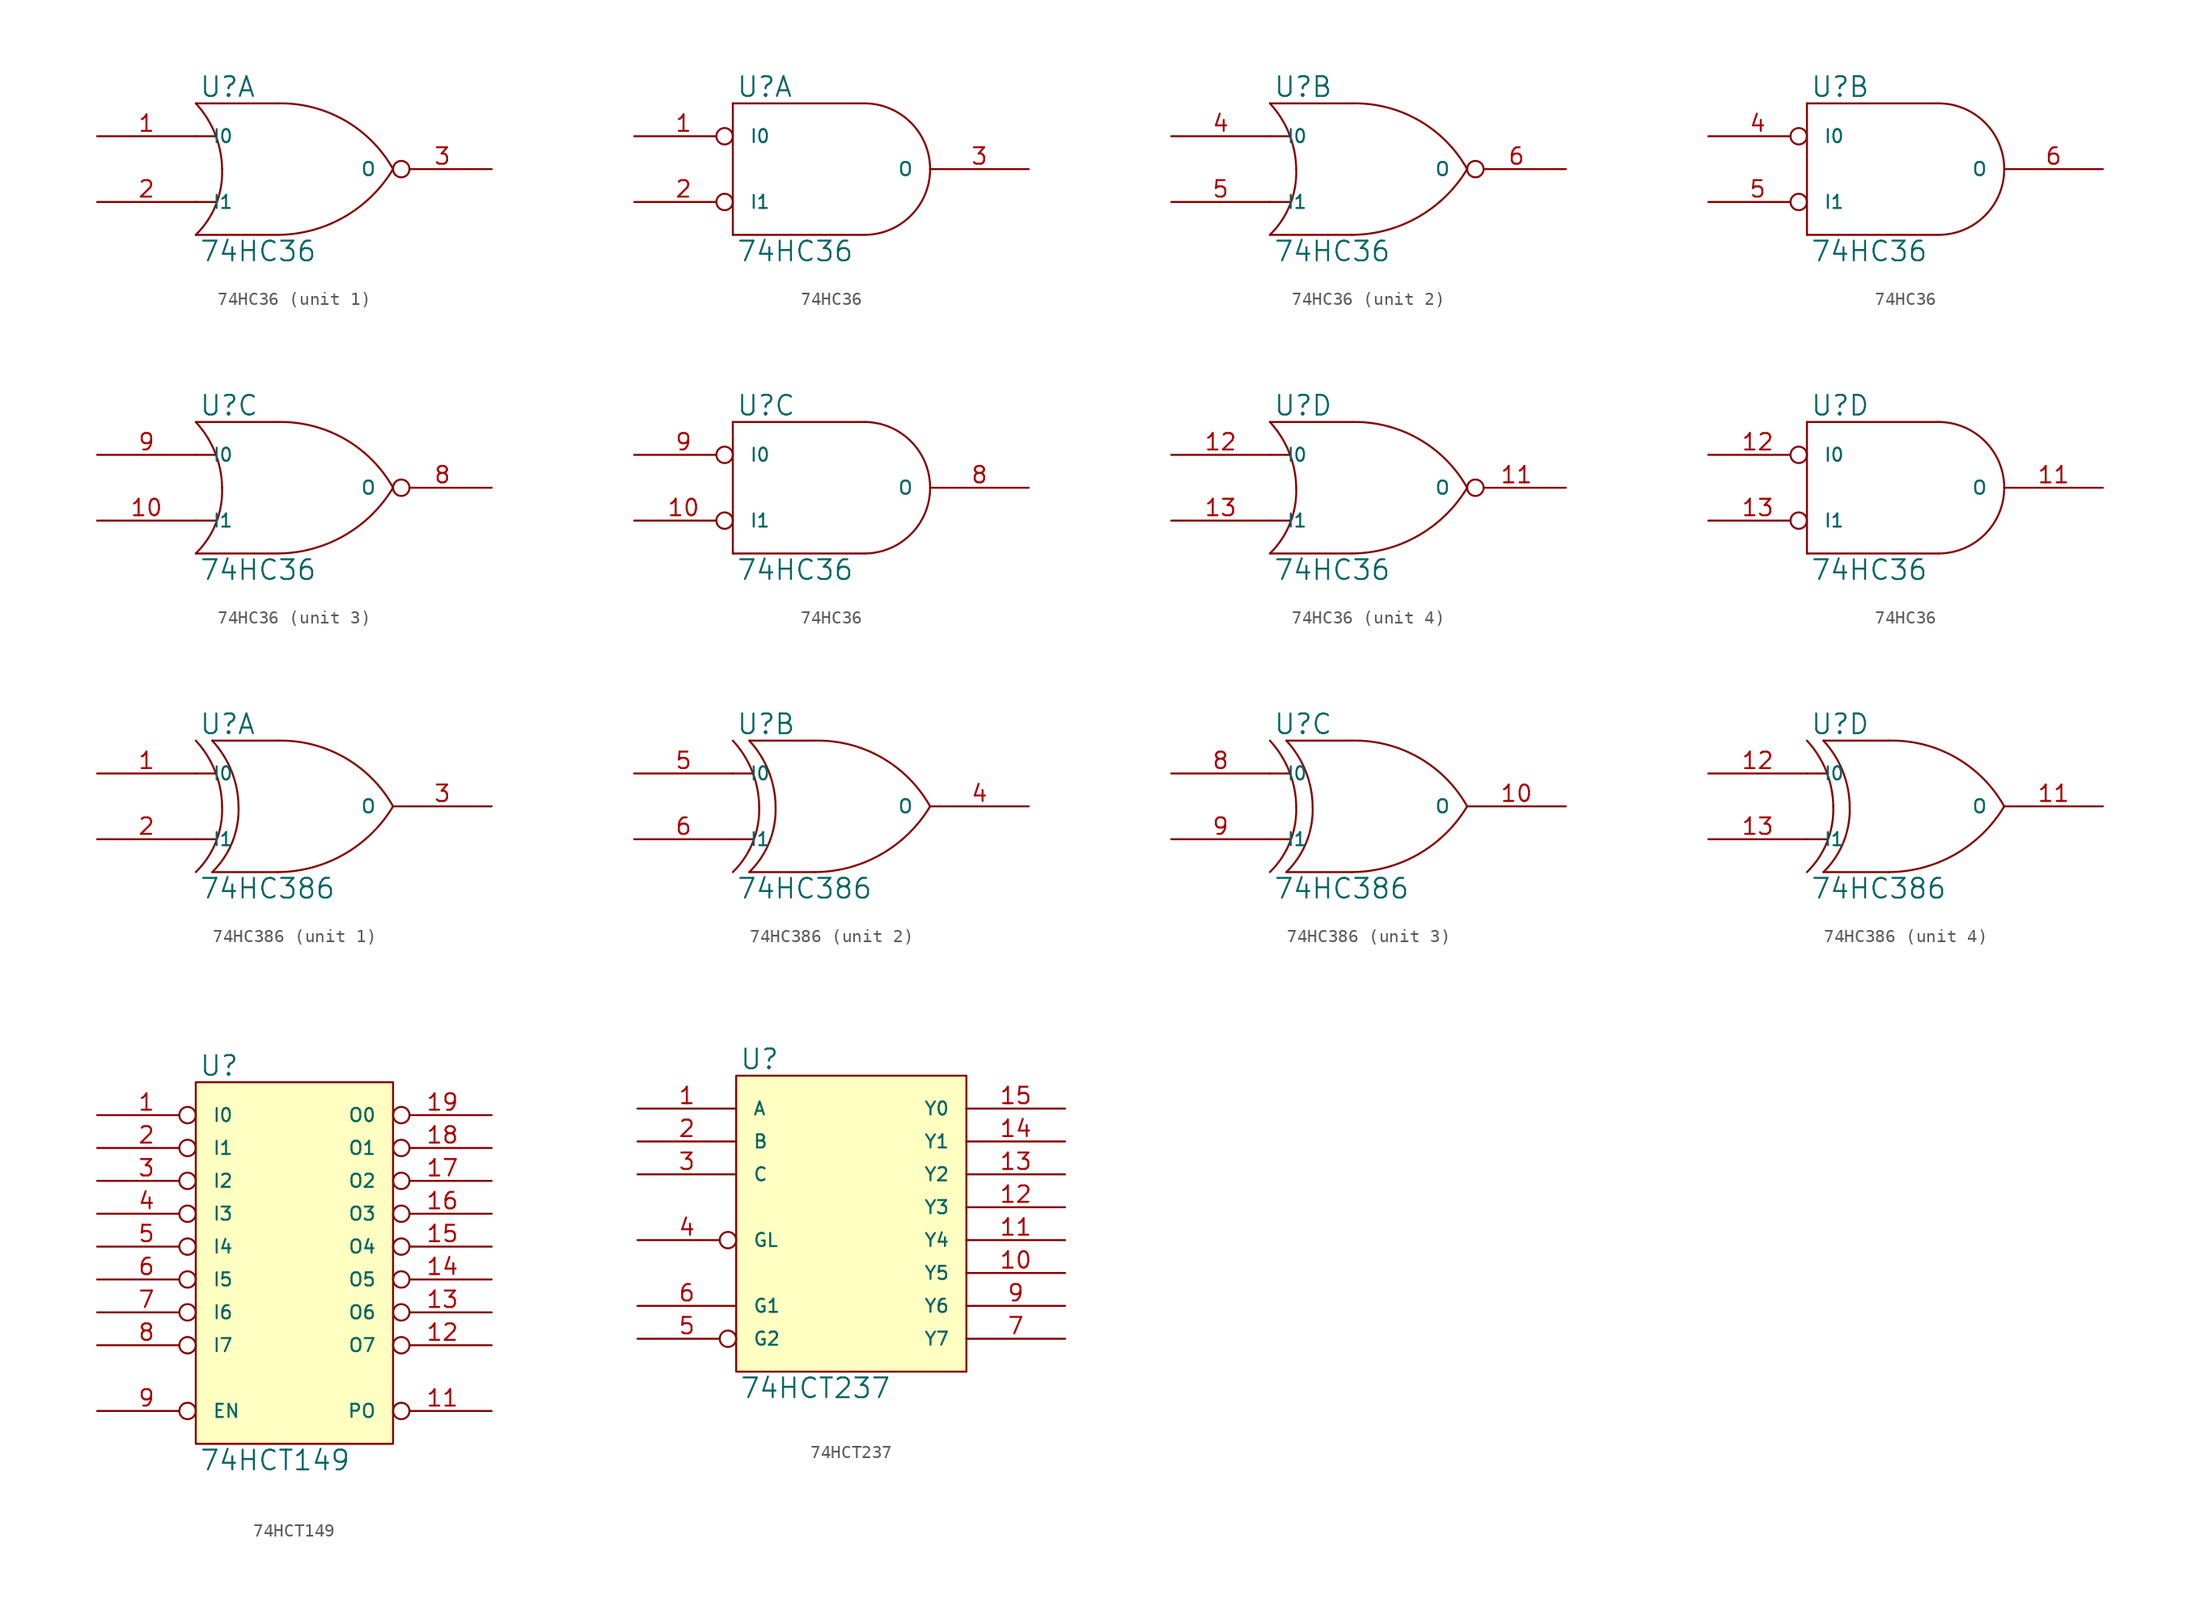
<source format=kicad_sym>
(kicad_symbol_lib
  (version 20231120)
  (generator "kicad_symbol_editor")
  (generator_version "8.0")
  (symbol "74HC36"
    (pin_names
      (offset 1.27))
    (property "Reference" "U"
      (at 0.254 0.381 0)
      (effects (font (size 1.524 1.524)) (justify left bottom)))
    (property "Value" "74HC36"
      (at 0.254 -10.541 0)
      (effects (font (size 1.524 1.524)) (justify left top)))
    (symbol "74HC36_0_1"
      (arc (start 0 -10.16) (mid 1.5573 -7.8293) (end 2.032 -5.08) (stroke (width 0) (type solid)) (fill (type none)))
      (polyline (pts (xy 0 -7.62) (xy 1.524 -7.62)) (stroke (width 0) (type solid)) (fill (type none)))
      (polyline (pts (xy 0 -2.54) (xy 1.524 -2.54)) (stroke (width 0) (type solid)) (fill (type none)))
      (polyline (pts (xy 6.35 -10.16) (xy 0 -10.16)) (stroke (width 0) (type solid)) (fill (type none)))
      (polyline (pts (xy 6.35 0) (xy 0 0)) (stroke (width 0) (type solid)) (fill (type none)))
      (arc (start 2.032 -5.08) (mid 1.4906 -2.3584) (end 0 0) (stroke (width 0) (type solid)) (fill (type none)))
      (arc (start 6.35 -10.16) (mid 11.4496 -8.7875) (end 15.24 -5.08) (stroke (width 0) (type solid)) (fill (type none)))
      (arc (start 15.24 -5.08) (mid 11.4893 -1.3041) (end 6.35 0) (stroke (width 0) (type solid)) (fill (type none))))
    (symbol "74HC36_0_2"
      (polyline (pts (xy 0 -10.16) (xy 10.16 -10.16)) (stroke (width 0) (type solid)) (fill (type none)))
      (polyline (pts (xy 0 0) (xy 0 -10.16)) (stroke (width 0) (type solid)) (fill (type none)))
      (polyline (pts (xy 10.16 0) (xy 0 0)) (stroke (width 0) (type solid)) (fill (type none)))
      (arc (start 10.16 -10.16) (mid 13.7521 -8.6721) (end 15.24 -5.08) (stroke (width 0) (type solid)) (fill (type none)))
      (arc (start 15.24 -5.08) (mid 13.7521 -1.4879) (end 10.16 0) (stroke (width 0) (type solid)) (fill (type none))))
    (symbol "74HC36_1_1"
      (pin input line (at -7.62 -2.54 0) (length 7.62) (name "I0" (effects (font (size 1.016 1.016)))) (number "1" (effects (font (size 1.27 1.27)))))
      (pin power_in line (at 0 0 270) (length 0) hide (name "VCC" (effects (font (size 1.016 1.016)))) (number "14" (effects (font (size 1.27 1.27)))))
      (pin input line (at -7.62 -7.62 0) (length 7.62) (name "I1" (effects (font (size 1.016 1.016)))) (number "2" (effects (font (size 1.27 1.27)))))
      (pin output inverted (at 22.86 -5.08 180) (length 7.62) (name "O" (effects (font (size 1.016 1.016)))) (number "3" (effects (font (size 1.27 1.27)))))
      (pin power_in line (at 0 -10.16 90) (length 0) hide (name "GND" (effects (font (size 1.016 1.016)))) (number "7" (effects (font (size 1.27 1.27))))))
    (symbol "74HC36_1_2"
      (pin input inverted (at -7.62 -2.54 0) (length 7.62) (name "I0" (effects (font (size 1.016 1.016)))) (number "1" (effects (font (size 1.27 1.27)))))
      (pin power_in line (at 0 0 270) (length 0) hide (name "VCC" (effects (font (size 1.016 1.016)))) (number "14" (effects (font (size 1.27 1.27)))))
      (pin input inverted (at -7.62 -7.62 0) (length 7.62) (name "I1" (effects (font (size 1.016 1.016)))) (number "2" (effects (font (size 1.27 1.27)))))
      (pin output line (at 22.86 -5.08 180) (length 7.62) (name "O" (effects (font (size 1.016 1.016)))) (number "3" (effects (font (size 1.27 1.27)))))
      (pin power_in line (at 0 -10.16 90) (length 0) hide (name "GND" (effects (font (size 1.016 1.016)))) (number "7" (effects (font (size 1.27 1.27))))))
    (symbol "74HC36_2_1"
      (pin power_in line (at 0 0 270) (length 0) hide (name "VCC" (effects (font (size 1.016 1.016)))) (number "14" (effects (font (size 1.27 1.27)))))
      (pin input line (at -7.62 -2.54 0) (length 7.62) (name "I0" (effects (font (size 1.016 1.016)))) (number "4" (effects (font (size 1.27 1.27)))))
      (pin input line (at -7.62 -7.62 0) (length 7.62) (name "I1" (effects (font (size 1.016 1.016)))) (number "5" (effects (font (size 1.27 1.27)))))
      (pin output inverted (at 22.86 -5.08 180) (length 7.62) (name "O" (effects (font (size 1.016 1.016)))) (number "6" (effects (font (size 1.27 1.27)))))
      (pin power_in line (at 0 -10.16 90) (length 0) hide (name "GND" (effects (font (size 1.016 1.016)))) (number "7" (effects (font (size 1.27 1.27))))))
    (symbol "74HC36_2_2"
      (pin power_in line (at 0 0 270) (length 0) hide (name "VCC" (effects (font (size 1.016 1.016)))) (number "14" (effects (font (size 1.27 1.27)))))
      (pin input inverted (at -7.62 -2.54 0) (length 7.62) (name "I0" (effects (font (size 1.016 1.016)))) (number "4" (effects (font (size 1.27 1.27)))))
      (pin input inverted (at -7.62 -7.62 0) (length 7.62) (name "I1" (effects (font (size 1.016 1.016)))) (number "5" (effects (font (size 1.27 1.27)))))
      (pin output line (at 22.86 -5.08 180) (length 7.62) (name "O" (effects (font (size 1.016 1.016)))) (number "6" (effects (font (size 1.27 1.27)))))
      (pin power_in line (at 0 -10.16 90) (length 0) hide (name "GND" (effects (font (size 1.016 1.016)))) (number "7" (effects (font (size 1.27 1.27))))))
    (symbol "74HC36_3_1"
      (pin input line (at -7.62 -7.62 0) (length 7.62) (name "I1" (effects (font (size 1.016 1.016)))) (number "10" (effects (font (size 1.27 1.27)))))
      (pin power_in line (at 0 0 270) (length 0) hide (name "VCC" (effects (font (size 1.016 1.016)))) (number "14" (effects (font (size 1.27 1.27)))))
      (pin power_in line (at 0 -10.16 90) (length 0) hide (name "GND" (effects (font (size 1.016 1.016)))) (number "7" (effects (font (size 1.27 1.27)))))
      (pin output inverted (at 22.86 -5.08 180) (length 7.62) (name "O" (effects (font (size 1.016 1.016)))) (number "8" (effects (font (size 1.27 1.27)))))
      (pin input line (at -7.62 -2.54 0) (length 7.62) (name "I0" (effects (font (size 1.016 1.016)))) (number "9" (effects (font (size 1.27 1.27))))))
    (symbol "74HC36_3_2"
      (pin input inverted (at -7.62 -7.62 0) (length 7.62) (name "I1" (effects (font (size 1.016 1.016)))) (number "10" (effects (font (size 1.27 1.27)))))
      (pin power_in line (at 0 0 270) (length 0) hide (name "VCC" (effects (font (size 1.016 1.016)))) (number "14" (effects (font (size 1.27 1.27)))))
      (pin power_in line (at 0 -10.16 90) (length 0) hide (name "GND" (effects (font (size 1.016 1.016)))) (number "7" (effects (font (size 1.27 1.27)))))
      (pin output line (at 22.86 -5.08 180) (length 7.62) (name "O" (effects (font (size 1.016 1.016)))) (number "8" (effects (font (size 1.27 1.27)))))
      (pin input inverted (at -7.62 -2.54 0) (length 7.62) (name "I0" (effects (font (size 1.016 1.016)))) (number "9" (effects (font (size 1.27 1.27))))))
    (symbol "74HC36_4_1"
      (pin output inverted (at 22.86 -5.08 180) (length 7.62) (name "O" (effects (font (size 1.016 1.016)))) (number "11" (effects (font (size 1.27 1.27)))))
      (pin input line (at -7.62 -2.54 0) (length 7.62) (name "I0" (effects (font (size 1.016 1.016)))) (number "12" (effects (font (size 1.27 1.27)))))
      (pin input line (at -7.62 -7.62 0) (length 7.62) (name "I1" (effects (font (size 1.016 1.016)))) (number "13" (effects (font (size 1.27 1.27)))))
      (pin power_in line (at 0 0 270) (length 0) hide (name "VCC" (effects (font (size 1.016 1.016)))) (number "14" (effects (font (size 1.27 1.27)))))
      (pin power_in line (at 0 -10.16 90) (length 0) hide (name "GND" (effects (font (size 1.016 1.016)))) (number "7" (effects (font (size 1.27 1.27))))))
    (symbol "74HC36_4_2"
      (pin output line (at 22.86 -5.08 180) (length 7.62) (name "O" (effects (font (size 1.016 1.016)))) (number "11" (effects (font (size 1.27 1.27)))))
      (pin input inverted (at -7.62 -2.54 0) (length 7.62) (name "I0" (effects (font (size 1.016 1.016)))) (number "12" (effects (font (size 1.27 1.27)))))
      (pin input inverted (at -7.62 -7.62 0) (length 7.62) (name "I1" (effects (font (size 1.016 1.016)))) (number "13" (effects (font (size 1.27 1.27)))))
      (pin power_in line (at 0 0 270) (length 0) hide (name "VCC" (effects (font (size 1.016 1.016)))) (number "14" (effects (font (size 1.27 1.27)))))
      (pin power_in line (at 0 -10.16 90) (length 0) hide (name "GND" (effects (font (size 1.016 1.016)))) (number "7" (effects (font (size 1.27 1.27)))))))
  (symbol "74HC386"
    (pin_names
      (offset 1.27))
    (property "Reference" "U"
      (at 0.254 0.381 0)
      (effects (font (size 1.524 1.524)) (justify left bottom)))
    (property "Value" "74HC386"
      (at 0.254 -10.541 0)
      (effects (font (size 1.524 1.524)) (justify left top)))
    (symbol "74HC386_0_1"
      (arc (start 0 -10.16) (mid 1.5573 -7.8293) (end 2.032 -5.08) (stroke (width 0) (type solid)) (fill (type none)))
      (polyline (pts (xy 0 -7.62) (xy 1.524 -7.62)) (stroke (width 0) (type solid)) (fill (type none)))
      (polyline (pts (xy 0 -2.54) (xy 1.524 -2.54)) (stroke (width 0) (type solid)) (fill (type none)))
      (polyline (pts (xy 6.35 -10.16) (xy 1.27 -10.16)) (stroke (width 0) (type solid)) (fill (type none)))
      (polyline (pts (xy 6.35 0) (xy 1.27 0)) (stroke (width 0) (type solid)) (fill (type none)))
      (arc (start 1.27 -10.16) (mid 2.8273 -7.8293) (end 3.302 -5.08) (stroke (width 0) (type solid)) (fill (type none)))
      (arc (start 2.032 -5.08) (mid 1.4906 -2.3584) (end 0 0) (stroke (width 0) (type solid)) (fill (type none)))
      (arc (start 3.302 -5.08) (mid 2.7606 -2.3584) (end 1.27 0) (stroke (width 0) (type solid)) (fill (type none)))
      (arc (start 6.35 -10.16) (mid 11.4496 -8.7875) (end 15.24 -5.08) (stroke (width 0) (type solid)) (fill (type none)))
      (arc (start 15.24 -5.08) (mid 11.4893 -1.3041) (end 6.35 0) (stroke (width 0) (type solid)) (fill (type none))))
    (symbol "74HC386_1_1"
      (pin input line (at -7.62 -2.54 0) (length 7.62) (name "I0" (effects (font (size 1.016 1.016)))) (number "1" (effects (font (size 1.27 1.27)))))
      (pin power_in line (at 0 0 270) (length 0) hide (name "VCC" (effects (font (size 1.016 1.016)))) (number "14" (effects (font (size 1.27 1.27)))))
      (pin input line (at -7.62 -7.62 0) (length 7.62) (name "I1" (effects (font (size 1.016 1.016)))) (number "2" (effects (font (size 1.27 1.27)))))
      (pin output line (at 22.86 -5.08 180) (length 7.62) (name "O" (effects (font (size 1.016 1.016)))) (number "3" (effects (font (size 1.27 1.27)))))
      (pin power_in line (at 0 -10.16 90) (length 0) hide (name "GND" (effects (font (size 1.016 1.016)))) (number "7" (effects (font (size 1.27 1.27))))))
    (symbol "74HC386_2_1"
      (pin power_in line (at 0 0 270) (length 0) hide (name "VCC" (effects (font (size 1.016 1.016)))) (number "14" (effects (font (size 1.27 1.27)))))
      (pin output line (at 22.86 -5.08 180) (length 7.62) (name "O" (effects (font (size 1.016 1.016)))) (number "4" (effects (font (size 1.27 1.27)))))
      (pin input line (at -7.62 -2.54 0) (length 7.62) (name "I0" (effects (font (size 1.016 1.016)))) (number "5" (effects (font (size 1.27 1.27)))))
      (pin input line (at -7.62 -7.62 0) (length 7.62) (name "I1" (effects (font (size 1.016 1.016)))) (number "6" (effects (font (size 1.27 1.27)))))
      (pin power_in line (at 0 -10.16 90) (length 0) hide (name "GND" (effects (font (size 1.016 1.016)))) (number "7" (effects (font (size 1.27 1.27))))))
    (symbol "74HC386_3_1"
      (pin output line (at 22.86 -5.08 180) (length 7.62) (name "O" (effects (font (size 1.016 1.016)))) (number "10" (effects (font (size 1.27 1.27)))))
      (pin power_in line (at 0 0 270) (length 0) hide (name "VCC" (effects (font (size 1.016 1.016)))) (number "14" (effects (font (size 1.27 1.27)))))
      (pin power_in line (at 0 -10.16 90) (length 0) hide (name "GND" (effects (font (size 1.016 1.016)))) (number "7" (effects (font (size 1.27 1.27)))))
      (pin input line (at -7.62 -2.54 0) (length 7.62) (name "I0" (effects (font (size 1.016 1.016)))) (number "8" (effects (font (size 1.27 1.27)))))
      (pin input line (at -7.62 -7.62 0) (length 7.62) (name "I1" (effects (font (size 1.016 1.016)))) (number "9" (effects (font (size 1.27 1.27))))))
    (symbol "74HC386_4_1"
      (pin output line (at 22.86 -5.08 180) (length 7.62) (name "O" (effects (font (size 1.016 1.016)))) (number "11" (effects (font (size 1.27 1.27)))))
      (pin input line (at -7.62 -2.54 0) (length 7.62) (name "I0" (effects (font (size 1.016 1.016)))) (number "12" (effects (font (size 1.27 1.27)))))
      (pin input line (at -7.62 -7.62 0) (length 7.62) (name "I1" (effects (font (size 1.016 1.016)))) (number "13" (effects (font (size 1.27 1.27)))))
      (pin power_in line (at 0 0 270) (length 0) hide (name "VCC" (effects (font (size 1.016 1.016)))) (number "14" (effects (font (size 1.27 1.27)))))
      (pin power_in line (at 0 -10.16 90) (length 0) hide (name "GND" (effects (font (size 1.016 1.016)))) (number "7" (effects (font (size 1.27 1.27)))))))
  (symbol "74HCT149"
    (pin_names
      (offset 1.27))
    (property "Reference" "U"
      (at 0.254 0.381 0)
      (effects (font (size 1.524 1.524)) (justify left bottom)))
    (property "Value" "74HCT149"
      (at 0.254 -28.321 0)
      (effects (font (size 1.524 1.524)) (justify left top)))
    (symbol "74HCT149_0_1"
      (rectangle (start 0 0) (end 15.24 -27.94) (stroke (width 0) (type solid)) (fill (type background))))
    (symbol "74HCT149_1_1"
      (pin input inverted (at -7.62 -2.54 0) (length 7.62) (name "I0" (effects (font (size 1.016 1.016)))) (number "1" (effects (font (size 1.27 1.27)))))
      (pin power_in line (at 0 -27.94 90) (length 0) hide (name "GND" (effects (font (size 1.016 1.016)))) (number "10" (effects (font (size 1.27 1.27)))))
      (pin output inverted (at 22.86 -25.4 180) (length 7.62) (name "PO" (effects (font (size 1.016 1.016)))) (number "11" (effects (font (size 1.27 1.27)))))
      (pin output inverted (at 22.86 -20.32 180) (length 7.62) (name "O7" (effects (font (size 1.016 1.016)))) (number "12" (effects (font (size 1.27 1.27)))))
      (pin output inverted (at 22.86 -17.78 180) (length 7.62) (name "O6" (effects (font (size 1.016 1.016)))) (number "13" (effects (font (size 1.27 1.27)))))
      (pin output inverted (at 22.86 -15.24 180) (length 7.62) (name "O5" (effects (font (size 1.016 1.016)))) (number "14" (effects (font (size 1.27 1.27)))))
      (pin output inverted (at 22.86 -12.7 180) (length 7.62) (name "O4" (effects (font (size 1.016 1.016)))) (number "15" (effects (font (size 1.27 1.27)))))
      (pin output inverted (at 22.86 -10.16 180) (length 7.62) (name "O3" (effects (font (size 1.016 1.016)))) (number "16" (effects (font (size 1.27 1.27)))))
      (pin output inverted (at 22.86 -7.62 180) (length 7.62) (name "O2" (effects (font (size 1.016 1.016)))) (number "17" (effects (font (size 1.27 1.27)))))
      (pin output inverted (at 22.86 -5.08 180) (length 7.62) (name "O1" (effects (font (size 1.016 1.016)))) (number "18" (effects (font (size 1.27 1.27)))))
      (pin output inverted (at 22.86 -2.54 180) (length 7.62) (name "O0" (effects (font (size 1.016 1.016)))) (number "19" (effects (font (size 1.27 1.27)))))
      (pin input inverted (at -7.62 -5.08 0) (length 7.62) (name "I1" (effects (font (size 1.016 1.016)))) (number "2" (effects (font (size 1.27 1.27)))))
      (pin power_in line (at 0 0 270) (length 0) hide (name "VCC" (effects (font (size 1.016 1.016)))) (number "20" (effects (font (size 1.27 1.27)))))
      (pin input inverted (at -7.62 -7.62 0) (length 7.62) (name "I2" (effects (font (size 1.016 1.016)))) (number "3" (effects (font (size 1.27 1.27)))))
      (pin input inverted (at -7.62 -10.16 0) (length 7.62) (name "I3" (effects (font (size 1.016 1.016)))) (number "4" (effects (font (size 1.27 1.27)))))
      (pin input inverted (at -7.62 -12.7 0) (length 7.62) (name "I4" (effects (font (size 1.016 1.016)))) (number "5" (effects (font (size 1.27 1.27)))))
      (pin input inverted (at -7.62 -15.24 0) (length 7.62) (name "I5" (effects (font (size 1.016 1.016)))) (number "6" (effects (font (size 1.27 1.27)))))
      (pin input inverted (at -7.62 -17.78 0) (length 7.62) (name "I6" (effects (font (size 1.016 1.016)))) (number "7" (effects (font (size 1.27 1.27)))))
      (pin input inverted (at -7.62 -20.32 0) (length 7.62) (name "I7" (effects (font (size 1.016 1.016)))) (number "8" (effects (font (size 1.27 1.27)))))
      (pin input inverted (at -7.62 -25.4 0) (length 7.62) (name "EN" (effects (font (size 1.016 1.016)))) (number "9" (effects (font (size 1.27 1.27)))))))
  (symbol "74HCT237"
    (pin_names
      (offset 1.27))
    (property "Reference" "U"
      (at 0.254 0.381 0)
      (effects (font (size 1.524 1.524)) (justify left bottom)))
    (property "Value" "74HCT237"
      (at 0.254 -23.241 0)
      (effects (font (size 1.524 1.524)) (justify left top)))
    (symbol "74HCT237_0_1"
      (rectangle (start 0 0) (end 17.78 -22.86) (stroke (width 0) (type solid)) (fill (type background))))
    (symbol "74HCT237_1_1"
      (pin input line (at -7.62 -2.54 0) (length 7.62) (name "A" (effects (font (size 1.016 1.016)))) (number "1" (effects (font (size 1.27 1.27)))))
      (pin output line (at 25.4 -15.24 180) (length 7.62) (name "Y5" (effects (font (size 1.016 1.016)))) (number "10" (effects (font (size 1.27 1.27)))))
      (pin output line (at 25.4 -12.7 180) (length 7.62) (name "Y4" (effects (font (size 1.016 1.016)))) (number "11" (effects (font (size 1.27 1.27)))))
      (pin output line (at 25.4 -10.16 180) (length 7.62) (name "Y3" (effects (font (size 1.016 1.016)))) (number "12" (effects (font (size 1.27 1.27)))))
      (pin output line (at 25.4 -7.62 180) (length 7.62) (name "Y2" (effects (font (size 1.016 1.016)))) (number "13" (effects (font (size 1.27 1.27)))))
      (pin output line (at 25.4 -5.08 180) (length 7.62) (name "Y1" (effects (font (size 1.016 1.016)))) (number "14" (effects (font (size 1.27 1.27)))))
      (pin output line (at 25.4 -2.54 180) (length 7.62) (name "Y0" (effects (font (size 1.016 1.016)))) (number "15" (effects (font (size 1.27 1.27)))))
      (pin power_in line (at 0 0 270) (length 0) hide (name "VCC" (effects (font (size 1.016 1.016)))) (number "16" (effects (font (size 1.27 1.27)))))
      (pin input line (at -7.62 -5.08 0) (length 7.62) (name "B" (effects (font (size 1.016 1.016)))) (number "2" (effects (font (size 1.27 1.27)))))
      (pin input line (at -7.62 -7.62 0) (length 7.62) (name "C" (effects (font (size 1.016 1.016)))) (number "3" (effects (font (size 1.27 1.27)))))
      (pin input inverted (at -7.62 -12.7 0) (length 7.62) (name "GL" (effects (font (size 1.016 1.016)))) (number "4" (effects (font (size 1.27 1.27)))))
      (pin input inverted (at -7.62 -20.32 0) (length 7.62) (name "G2" (effects (font (size 1.016 1.016)))) (number "5" (effects (font (size 1.27 1.27)))))
      (pin input line (at -7.62 -17.78 0) (length 7.62) (name "G1" (effects (font (size 1.016 1.016)))) (number "6" (effects (font (size 1.27 1.27)))))
      (pin output line (at 25.4 -20.32 180) (length 7.62) (name "Y7" (effects (font (size 1.016 1.016)))) (number "7" (effects (font (size 1.27 1.27)))))
      (pin power_in line (at 0 -22.86 90) (length 0) hide (name "GND" (effects (font (size 1.016 1.016)))) (number "8" (effects (font (size 1.27 1.27)))))
      (pin output line (at 25.4 -17.78 180) (length 7.62) (name "Y6" (effects (font (size 1.016 1.016)))) (number "9" (effects (font (size 1.27 1.27))))))))
</source>
